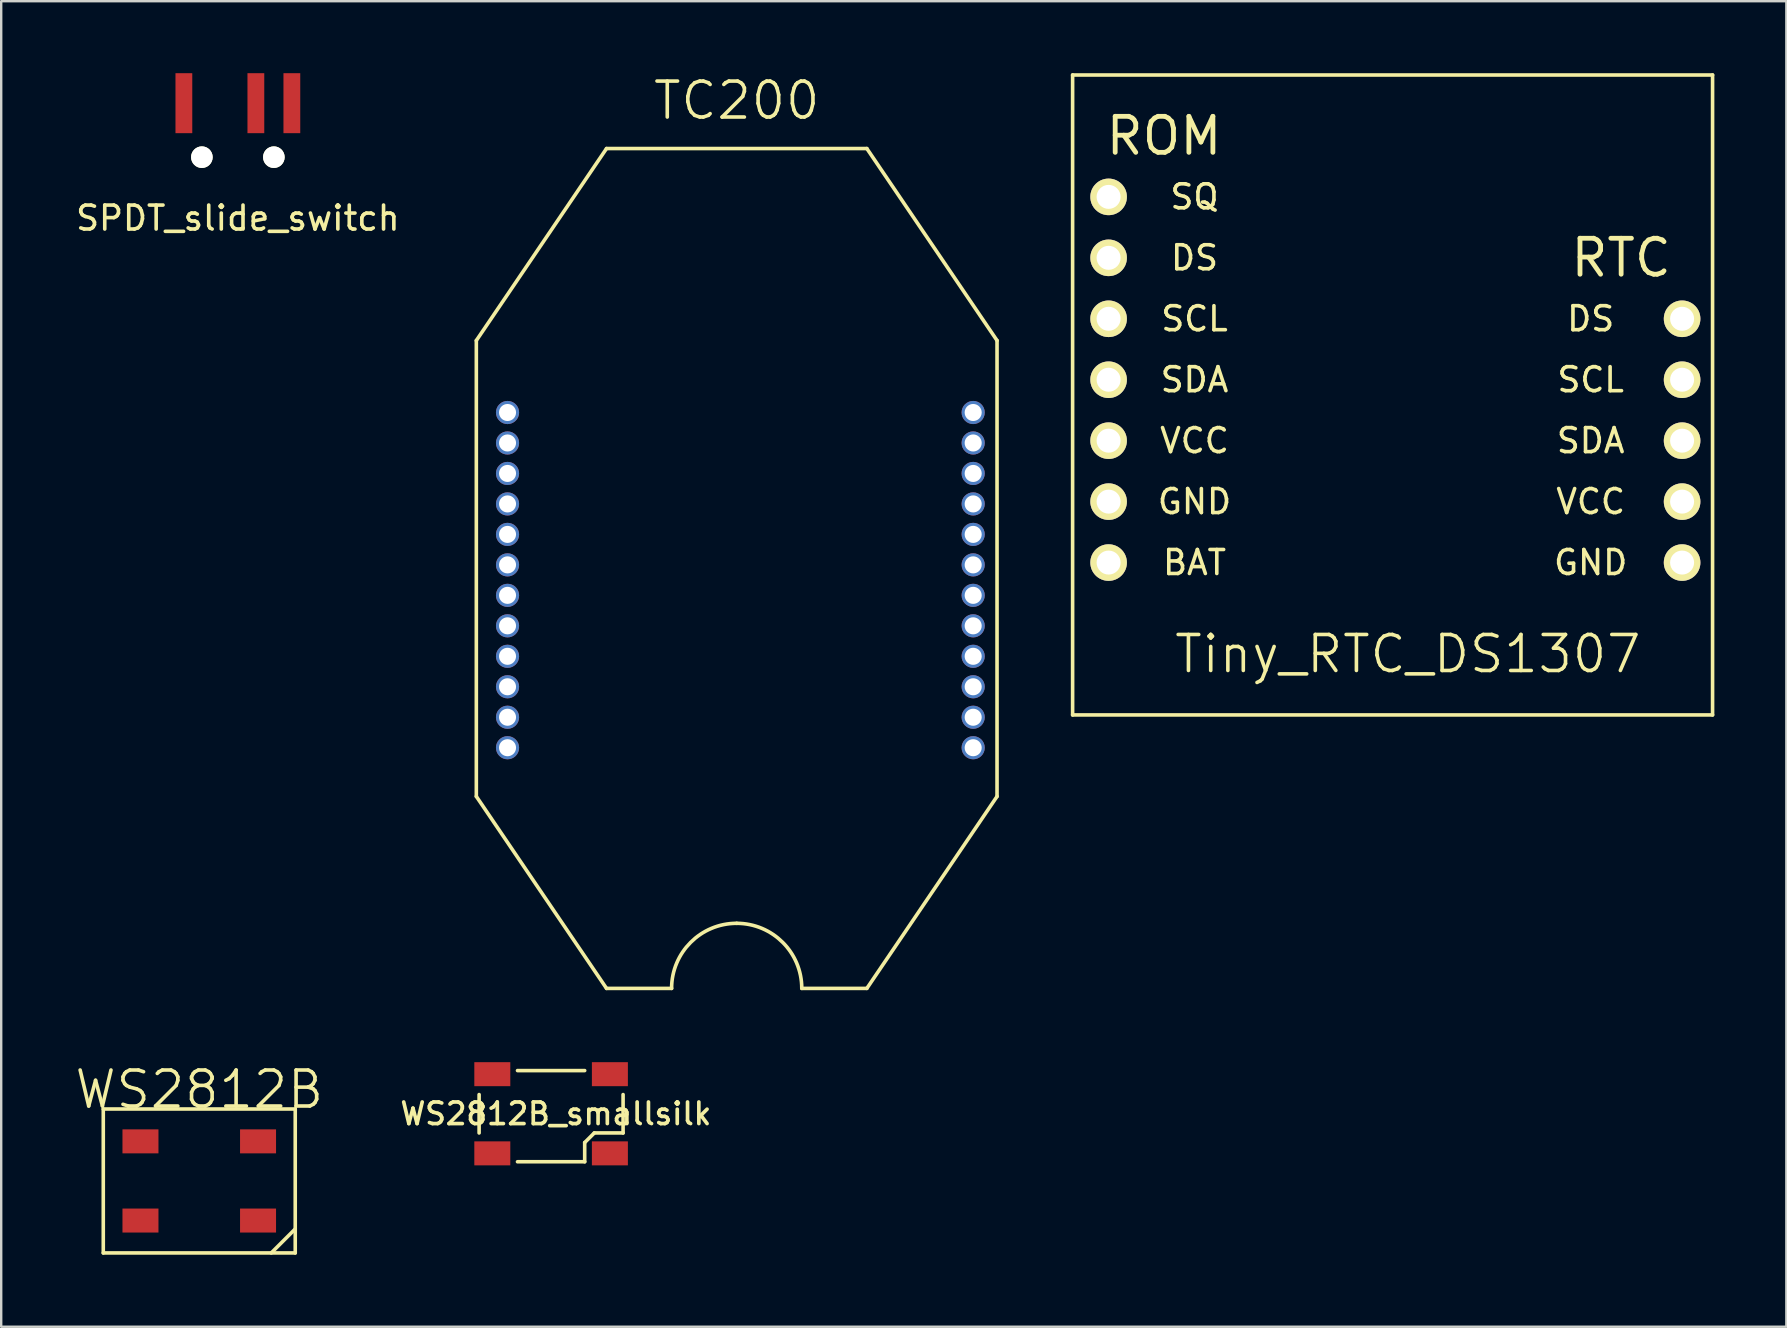
<source format=kicad_pcb>
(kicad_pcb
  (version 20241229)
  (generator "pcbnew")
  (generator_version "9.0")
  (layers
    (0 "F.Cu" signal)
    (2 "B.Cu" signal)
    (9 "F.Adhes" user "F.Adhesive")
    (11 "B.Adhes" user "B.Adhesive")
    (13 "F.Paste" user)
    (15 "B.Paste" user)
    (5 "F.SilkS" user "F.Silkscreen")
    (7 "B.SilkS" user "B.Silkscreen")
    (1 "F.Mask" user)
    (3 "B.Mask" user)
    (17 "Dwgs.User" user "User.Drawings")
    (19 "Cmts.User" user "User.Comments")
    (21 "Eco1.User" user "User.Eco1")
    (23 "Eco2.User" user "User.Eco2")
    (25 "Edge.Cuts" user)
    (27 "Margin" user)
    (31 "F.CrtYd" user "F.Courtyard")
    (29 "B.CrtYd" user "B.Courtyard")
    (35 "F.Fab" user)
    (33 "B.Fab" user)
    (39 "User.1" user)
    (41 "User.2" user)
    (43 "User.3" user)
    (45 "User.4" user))
  (footprint "WS2812B"
    (layer "F.Cu")
    (at 5.254 46.166)
    (property "Reference" "WS2812B" (at 0 -3.81 0) (layer "F.SilkS") (effects (font (size 1.5 1.5) (thickness 0.15))))
    (attr through_hole)
    (fp_line (start -4 -3) (end -4 3) (stroke (width 0.15) (type solid)) (layer "F.SilkS"))
    (fp_line (start -4 3) (end 4 3) (stroke (width 0.15) (type solid)) (layer "F.SilkS"))
    (fp_line (start 3 3) (end 4 2) (stroke (width 0.15) (type solid)) (layer "F.SilkS"))
    (fp_line (start 4 -3) (end -4 -3) (stroke (width 0.15) (type solid)) (layer "F.SilkS"))
    (fp_line (start 4 3) (end 4 -3) (stroke (width 0.15) (type solid)) (layer "F.SilkS"))
    (pad "1" smd rect (at -2.45 -1.65) (size 1.5 1) (layers "F.Cu" "F.Mask" "F.Paste"))
    (pad "2" smd rect (at -2.45 1.65) (size 1.5 1) (layers "F.Cu" "F.Mask" "F.Paste"))
    (pad "3" smd rect (at 2.45 1.65) (size 1.5 1) (layers "F.Cu" "F.Mask" "F.Paste"))
    (pad "4" smd rect (at 2.45 -1.65) (size 1.5 1) (layers "F.Cu" "F.Mask" "F.Paste")))
  (footprint "SPDT_slide_switch"
    (layer "F.Cu")
    (at 6.863 3.5)
    (property "Reference" "SPDT_slide_switch" (at 0 2.54 0) (layer "F.SilkS") (effects (font (size 1 1) (thickness 0.15))))
    (attr through_hole)
    (pad "" np_thru_hole circle (at -1.5 0) (size 0.9 0.9) (drill 0.9) (layers "*.Cu" "*.Mask" "F.SilkS"))
    (pad "" np_thru_hole circle (at 1.5 0) (size 0.9 0.9) (drill 0.9) (layers "*.Cu" "*.Mask" "F.SilkS"))
    (pad "1" smd rect (at -2.25 -2.25) (size 0.7 2.5) (layers "F.Cu" "F.Mask" "F.Paste"))
    (pad "2" smd rect (at 0.75 -2.25) (size 0.7 2.5) (layers "F.Cu" "F.Mask" "F.Paste"))
    (pad "3" smd rect (at 2.25 -2.25) (size 0.7 2.5) (layers "F.Cu" "F.Mask" "F.Paste")))
  (footprint "Tiny_RTC_DS1307"
    (layer "F.Cu")
    (at 55.621 15.315)
    (property "Reference" "Tiny_RTC_DS1307" (at 0 8.89 0) (layer "F.SilkS") (effects (font (size 1.5 1.5) (thickness 0.15))))
    (attr through_hole)
    (fp_line (start -13.97 -15.24) (end 12.7 -15.24) (stroke (width 0.15) (type solid)) (layer "F.SilkS"))
    (fp_line (start -13.97 11.43) (end -13.97 -15.24) (stroke (width 0.15) (type solid)) (layer "F.SilkS"))
    (fp_line (start 12.7 -15.24) (end 12.7 11.43) (stroke (width 0.15) (type solid)) (layer "F.SilkS"))
    (fp_line (start 12.7 11.43) (end -13.97 11.43) (stroke (width 0.15) (type solid)) (layer "F.SilkS"))
    (fp_text user "SDA" (at 7.62 0 0) (layer "F.SilkS") (effects (font (size 1 1) (thickness 0.15))))
    (fp_text user "SDA" (at -8.89 -2.54 0) (layer "F.SilkS") (effects (font (size 1 1) (thickness 0.15))))
    (fp_text user "SCL" (at -8.89 -5.08 0) (layer "F.SilkS") (effects (font (size 1 1) (thickness 0.15))))
    (fp_text user "DS" (at 7.62 -5.08 0) (layer "F.SilkS") (effects (font (size 1 1) (thickness 0.15))))
    (fp_text user "SCL" (at 7.62 -2.54 0) (layer "F.SilkS") (effects (font (size 1 1) (thickness 0.15))))
    (fp_text user "DS" (at -8.89 -7.62 0) (layer "F.SilkS") (effects (font (size 1 1) (thickness 0.15))))
    (fp_text user "VCC" (at 7.62 2.54 0) (layer "F.SilkS") (effects (font (size 1 1) (thickness 0.15))))
    (fp_text user "ROM" (at -10.16 -12.7 0) (layer "F.SilkS") (effects (font (size 1.5 1.5) (thickness 0.2))))
    (fp_text user "GND" (at 7.62 5.08 0) (layer "F.SilkS") (effects (font (size 1 1) (thickness 0.15))))
    (fp_text user "VCC" (at -8.89 0 0) (layer "F.SilkS") (effects (font (size 1 1) (thickness 0.15))))
    (fp_text user "GND" (at -8.89 2.54 0) (layer "F.SilkS") (effects (font (size 1 1) (thickness 0.15))))
    (fp_text user "RTC" (at 8.89 -7.62 0) (layer "F.SilkS") (effects (font (size 1.5 1.5) (thickness 0.2))))
    (fp_text user "SQ" (at -8.89 -10.16 0) (layer "F.SilkS") (effects (font (size 1 1) (thickness 0.15))))
    (fp_text user "BAT" (at -8.89 5.08 0) (layer "F.SilkS") (effects (font (size 1 1) (thickness 0.15))))
    (pad "1" thru_hole circle (at -12.47 5.08) (size 1.524 1.524) (drill 1) (layers "*.Cu" "*.Mask" "F.SilkS"))
    (pad "2" thru_hole circle (at -12.47 2.54) (size 1.524 1.524) (drill 1) (layers "*.Cu" "*.Mask" "F.SilkS"))
    (pad "3" thru_hole circle (at -12.47 0) (size 1.524 1.524) (drill 1) (layers "*.Cu" "*.Mask" "F.SilkS"))
    (pad "4" thru_hole circle (at -12.47 -2.54) (size 1.524 1.524) (drill 1) (layers "*.Cu" "*.Mask" "F.SilkS"))
    (pad "5" thru_hole circle (at -12.47 -5.08) (size 1.524 1.524) (drill 1) (layers "*.Cu" "*.Mask" "F.SilkS"))
    (pad "6" thru_hole circle (at -12.47 -7.62) (size 1.524 1.524) (drill 1) (layers "*.Cu" "*.Mask" "F.SilkS"))
    (pad "7" thru_hole circle (at -12.47 -10.16) (size 1.524 1.524) (drill 1) (layers "*.Cu" "*.Mask" "F.SilkS"))
    (pad "8" thru_hole circle (at 11.43 5.08) (size 1.524 1.524) (drill 1) (layers "*.Cu" "*.Mask" "F.SilkS"))
    (pad "9" thru_hole circle (at 11.43 2.54) (size 1.524 1.524) (drill 1) (layers "*.Cu" "*.Mask" "F.SilkS"))
    (pad "10" thru_hole circle (at 11.43 0) (size 1.524 1.524) (drill 1) (layers "*.Cu" "*.Mask" "F.SilkS"))
    (pad "11" thru_hole circle (at 11.43 -2.54) (size 1.524 1.524) (drill 1) (layers "*.Cu" "*.Mask" "F.SilkS"))
    (pad "12" thru_hole circle (at 11.43 -5.08) (size 1.524 1.524) (drill 1) (layers "*.Cu" "*.Mask" "F.SilkS")))
  (footprint "WS2812B_smallsilk"
    (layer "F.Cu")
    (at 19.917 43.366)
    (property "Reference" "WS2812B_smallsilk" (at 0.2 0 0) (layer "F.SilkS") (effects (font (size 0.9 0.9) (thickness 0.152))))
    (attr through_hole)
    (fp_line (start -3 0.8) (end -3 -0.8) (stroke (width 0.15) (type solid)) (layer "F.SilkS"))
    (fp_line (start -1.4 -1.8) (end 1.4 -1.8) (stroke (width 0.15) (type solid)) (layer "F.SilkS"))
    (fp_line (start 1.4 1.2) (end 1.8 0.8) (stroke (width 0.15) (type solid)) (layer "F.SilkS"))
    (fp_line (start 1.4 2) (end -1.4 2) (stroke (width 0.15) (type solid)) (layer "F.SilkS"))
    (fp_line (start 1.4 2) (end 1.4 1.2) (stroke (width 0.15) (type solid)) (layer "F.SilkS"))
    (fp_line (start 1.8 0.8) (end 3 0.8) (stroke (width 0.15) (type solid)) (layer "F.SilkS"))
    (fp_line (start 3 -0.8) (end 3 0.8) (stroke (width 0.15) (type solid)) (layer "F.SilkS"))
    (pad "1" smd rect (at -2.45 -1.65) (size 1.5 1) (layers "F.Cu" "F.Mask" "F.Paste"))
    (pad "2" smd rect (at -2.45 1.65) (size 1.5 1) (layers "F.Cu" "F.Mask" "F.Paste"))
    (pad "3" smd rect (at 2.45 1.65) (size 1.5 1) (layers "F.Cu" "F.Mask" "F.Paste"))
    (pad "4" smd rect (at 2.45 -1.65) (size 1.5 1) (layers "F.Cu" "F.Mask" "F.Paste")))
  (footprint "TC200"
    (layer "F.Cu")
    (at 27.595 21.141)
    (property "Reference" "TC200" (at 0.056 -20 0) (layer "F.SilkS") (effects (font (size 1.5 1.5) (thickness 0.15))))
    (attr through_hole)
    (fp_line (start -10.794 -10) (end -5.369 -18) (stroke (width 0.15) (type solid)) (layer "F.SilkS"))
    (fp_line (start -10.794 9) (end -10.794 -10) (stroke (width 0.15) (type solid)) (layer "F.SilkS"))
    (fp_line (start -10.794 9) (end -5.369 17) (stroke (width 0.15) (type solid)) (layer "F.SilkS"))
    (fp_line (start -5.369 -18) (end 5.481 -18) (stroke (width 0.15) (type solid)) (layer "F.SilkS"))
    (fp_line (start -5.369 17) (end -2.656 17) (stroke (width 0.15) (type solid)) (layer "F.SilkS"))
    (fp_line (start 2.769 17) (end 5.481 17) (stroke (width 0.15) (type solid)) (layer "F.SilkS"))
    (fp_line (start 5.481 -18) (end 10.906 -10) (stroke (width 0.15) (type solid)) (layer "F.SilkS"))
    (fp_line (start 5.481 17) (end 10.906 9) (stroke (width 0.15) (type solid)) (layer "F.SilkS"))
    (fp_line (start 10.906 -10) (end 10.906 9) (stroke (width 0.15) (type solid)) (layer "F.SilkS"))
    (fp_arc (start -2.65625 17) (mid -1.861777 15.081973) (end 0.05625 14.2875) (stroke (width 0.15) (type solid)) (layer "F.SilkS"))
    (fp_arc (start 0.05625 14.2875) (mid 1.974277 15.081973) (end 2.76875 17) (stroke (width 0.15) (type solid)) (layer "F.SilkS"))
    (pad "1" thru_hole circle (at -9.494 -7) (size 0.965 0.965) (drill 0.711) (layers "*.Cu" "*.Mask"))
    (pad "2" thru_hole circle (at -9.494 -5.73) (size 0.965 0.965) (drill 0.711) (layers "*.Cu" "*.Mask"))
    (pad "3" thru_hole circle (at -9.494 -4.46) (size 0.965 0.965) (drill 0.711) (layers "*.Cu" "*.Mask"))
    (pad "4" thru_hole circle (at -9.494 -3.19) (size 0.965 0.965) (drill 0.711) (layers "*.Cu" "*.Mask"))
    (pad "5" thru_hole circle (at -9.494 -1.92) (size 0.965 0.965) (drill 0.711) (layers "*.Cu" "*.Mask"))
    (pad "6" thru_hole circle (at -9.494 -0.65) (size 0.965 0.965) (drill 0.711) (layers "*.Cu" "*.Mask"))
    (pad "7" thru_hole circle (at -9.494 0.62) (size 0.965 0.965) (drill 0.711) (layers "*.Cu" "*.Mask"))
    (pad "8" thru_hole circle (at -9.494 1.89) (size 0.965 0.965) (drill 0.711) (layers "*.Cu" "*.Mask"))
    (pad "9" thru_hole circle (at -9.494 3.16) (size 0.965 0.965) (drill 0.711) (layers "*.Cu" "*.Mask"))
    (pad "10" thru_hole circle (at -9.494 4.43) (size 0.965 0.965) (drill 0.711) (layers "*.Cu" "*.Mask"))
    (pad "11" thru_hole circle (at -9.494 5.7) (size 0.965 0.965) (drill 0.711) (layers "*.Cu" "*.Mask"))
    (pad "12" thru_hole circle (at -9.494 6.97) (size 0.965 0.965) (drill 0.711) (layers "*.Cu" "*.Mask"))
    (pad "13" thru_hole circle (at 9.912 6.97) (size 0.965 0.965) (drill 0.711) (layers "*.Cu" "*.Mask"))
    (pad "14" thru_hole circle (at 9.912 5.7) (size 0.965 0.965) (drill 0.711) (layers "*.Cu" "*.Mask"))
    (pad "15" thru_hole circle (at 9.912 4.43) (size 0.965 0.965) (drill 0.711) (layers "*.Cu" "*.Mask"))
    (pad "16" thru_hole circle (at 9.912 3.16) (size 0.965 0.965) (drill 0.711) (layers "*.Cu" "*.Mask"))
    (pad "17" thru_hole circle (at 9.912 1.89) (size 0.965 0.965) (drill 0.711) (layers "*.Cu" "*.Mask"))
    (pad "18" thru_hole circle (at 9.912 0.62) (size 0.965 0.965) (drill 0.711) (layers "*.Cu" "*.Mask"))
    (pad "19" thru_hole circle (at 9.912 -0.65) (size 0.965 0.965) (drill 0.711) (layers "*.Cu" "*.Mask"))
    (pad "20" thru_hole circle (at 9.912 -1.92) (size 0.965 0.965) (drill 0.711) (layers "*.Cu" "*.Mask"))
    (pad "21" thru_hole circle (at 9.912 -3.19) (size 0.965 0.965) (drill 0.711) (layers "*.Cu" "*.Mask"))
    (pad "22" thru_hole circle (at 9.912 -4.46) (size 0.965 0.965) (drill 0.711) (layers "*.Cu" "*.Mask"))
    (pad "23" thru_hole circle (at 9.912 -5.73) (size 0.965 0.965) (drill 0.711) (layers "*.Cu" "*.Mask"))
    (pad "24" thru_hole circle (at 9.912 -7) (size 0.965 0.965) (drill 0.711) (layers "*.Cu" "*.Mask")))
  (gr_rect
    (start -3 -3)
    (end 71.396 52.242)
    (stroke (width 0.1) (type default))
    (fill no)
    (layer "Edge.Cuts")))
</source>
